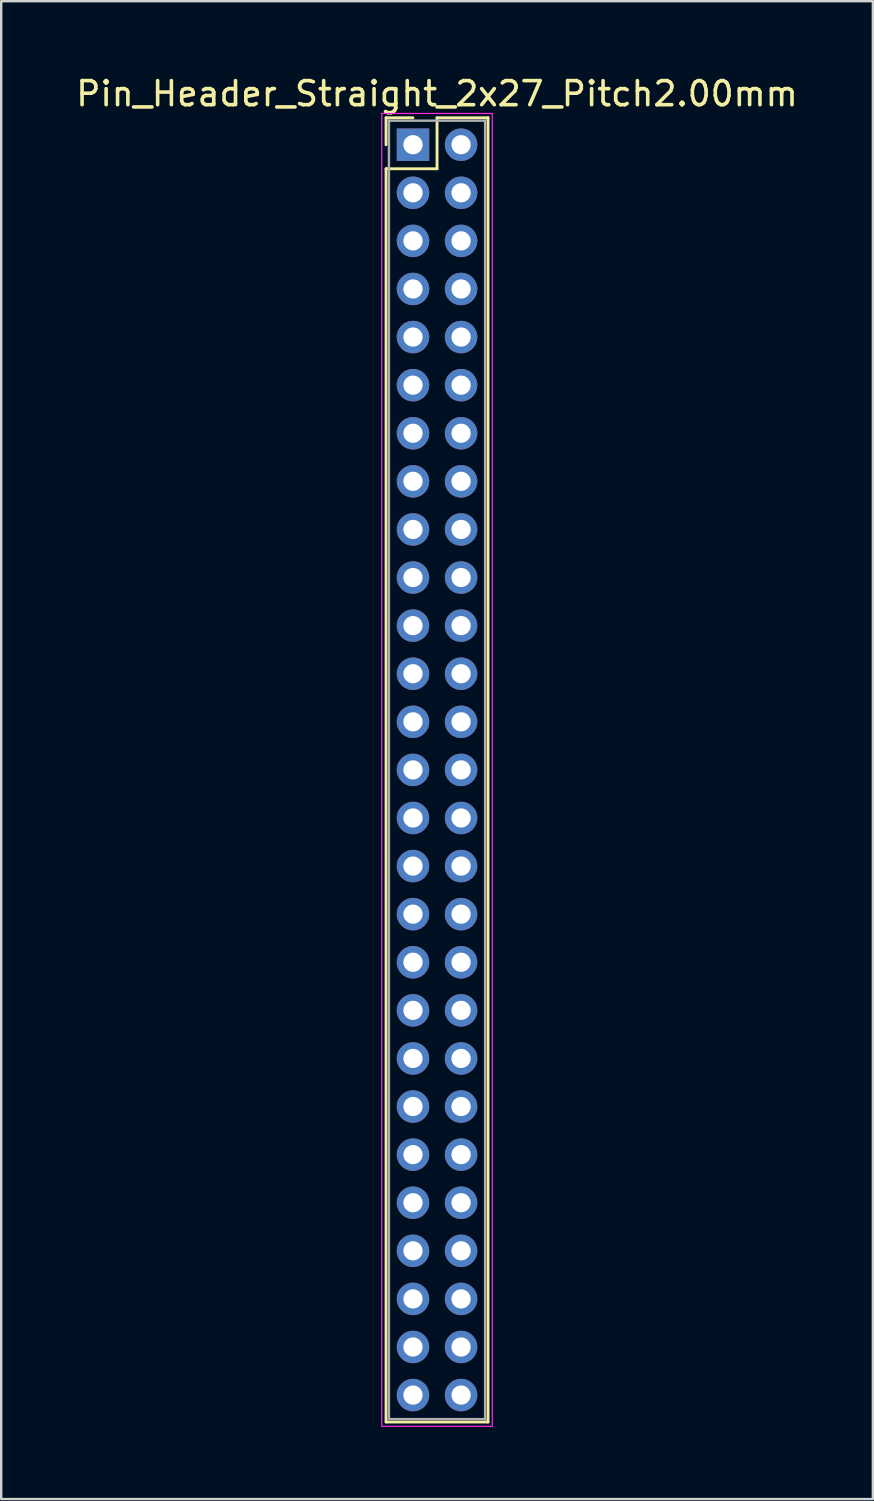
<source format=kicad_pcb>
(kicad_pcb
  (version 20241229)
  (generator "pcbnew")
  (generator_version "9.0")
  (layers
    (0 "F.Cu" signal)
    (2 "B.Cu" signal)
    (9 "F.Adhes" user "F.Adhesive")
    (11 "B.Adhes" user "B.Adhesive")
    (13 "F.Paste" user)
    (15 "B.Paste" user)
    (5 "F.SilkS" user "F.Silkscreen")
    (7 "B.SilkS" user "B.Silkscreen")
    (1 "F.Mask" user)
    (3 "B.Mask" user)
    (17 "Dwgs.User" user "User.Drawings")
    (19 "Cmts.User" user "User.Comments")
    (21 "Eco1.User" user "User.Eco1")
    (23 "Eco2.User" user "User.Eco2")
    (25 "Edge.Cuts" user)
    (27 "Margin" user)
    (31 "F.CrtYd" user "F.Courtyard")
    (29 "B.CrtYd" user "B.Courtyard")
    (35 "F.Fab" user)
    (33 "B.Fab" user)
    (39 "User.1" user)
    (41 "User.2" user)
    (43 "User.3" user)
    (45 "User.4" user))
  (footprint "Pin_Header_Straight_2x27_Pitch2.00mm"
    (layer "F.Cu")
    (at 14.125 2.968)
    (property "Reference" "Pin_Header_Straight_2x27_Pitch2.00mm" (at 1 -2.12 0) (layer "F.SilkS") (effects (font (size 1 1) (thickness 0.15))))
    (attr through_hole)
    (fp_line (start -1.12 -1.12) (end 0 -1.12) (stroke (width 0.12) (type solid)) (layer "F.SilkS"))
    (fp_line (start -1.12 0) (end -1.12 -1.12) (stroke (width 0.12) (type solid)) (layer "F.SilkS"))
    (fp_line (start -1.12 1) (end -1.12 53.12) (stroke (width 0.12) (type solid)) (layer "F.SilkS"))
    (fp_line (start -1.12 53.12) (end 3.12 53.12) (stroke (width 0.12) (type solid)) (layer "F.SilkS"))
    (fp_line (start 1 -1.12) (end 1 1) (stroke (width 0.12) (type solid)) (layer "F.SilkS"))
    (fp_line (start 1 1) (end -1.12 1) (stroke (width 0.12) (type solid)) (layer "F.SilkS"))
    (fp_line (start 3.12 -1.12) (end 1 -1.12) (stroke (width 0.12) (type solid)) (layer "F.SilkS"))
    (fp_line (start 3.12 53.12) (end 3.12 -1.12) (stroke (width 0.12) (type solid)) (layer "F.SilkS"))
    (fp_line (start -1.3 -1.3) (end -1.3 53.3) (stroke (width 0.05) (type solid)) (layer "F.CrtYd"))
    (fp_line (start -1.3 53.3) (end 3.3 53.3) (stroke (width 0.05) (type solid)) (layer "F.CrtYd"))
    (fp_line (start 3.3 -1.3) (end -1.3 -1.3) (stroke (width 0.05) (type solid)) (layer "F.CrtYd"))
    (fp_line (start 3.3 53.3) (end 3.3 -1.3) (stroke (width 0.05) (type solid)) (layer "F.CrtYd"))
    (fp_line (start -1 -1) (end -1 53) (stroke (width 0.1) (type solid)) (layer "F.Fab"))
    (fp_line (start -1 53) (end 3 53) (stroke (width 0.1) (type solid)) (layer "F.Fab"))
    (fp_line (start 3 -1) (end -1 -1) (stroke (width 0.1) (type solid)) (layer "F.Fab"))
    (fp_line (start 3 53) (end 3 -1) (stroke (width 0.1) (type solid)) (layer "F.Fab"))
    (pad "1" thru_hole rect (at 0 0) (size 1.35 1.35) (drill 0.8) (layers "*.Cu" "*.Mask"))
    (pad "2" thru_hole oval (at 2 0) (size 1.35 1.35) (drill 0.8) (layers "*.Cu" "*.Mask"))
    (pad "3" thru_hole oval (at 0 2) (size 1.35 1.35) (drill 0.8) (layers "*.Cu" "*.Mask"))
    (pad "4" thru_hole oval (at 2 2) (size 1.35 1.35) (drill 0.8) (layers "*.Cu" "*.Mask"))
    (pad "5" thru_hole oval (at 0 4) (size 1.35 1.35) (drill 0.8) (layers "*.Cu" "*.Mask"))
    (pad "6" thru_hole oval (at 2 4) (size 1.35 1.35) (drill 0.8) (layers "*.Cu" "*.Mask"))
    (pad "7" thru_hole oval (at 0 6) (size 1.35 1.35) (drill 0.8) (layers "*.Cu" "*.Mask"))
    (pad "8" thru_hole oval (at 2 6) (size 1.35 1.35) (drill 0.8) (layers "*.Cu" "*.Mask"))
    (pad "9" thru_hole oval (at 0 8) (size 1.35 1.35) (drill 0.8) (layers "*.Cu" "*.Mask"))
    (pad "10" thru_hole oval (at 2 8) (size 1.35 1.35) (drill 0.8) (layers "*.Cu" "*.Mask"))
    (pad "11" thru_hole oval (at 0 10) (size 1.35 1.35) (drill 0.8) (layers "*.Cu" "*.Mask"))
    (pad "12" thru_hole oval (at 2 10) (size 1.35 1.35) (drill 0.8) (layers "*.Cu" "*.Mask"))
    (pad "13" thru_hole oval (at 0 12) (size 1.35 1.35) (drill 0.8) (layers "*.Cu" "*.Mask"))
    (pad "14" thru_hole oval (at 2 12) (size 1.35 1.35) (drill 0.8) (layers "*.Cu" "*.Mask"))
    (pad "15" thru_hole oval (at 0 14) (size 1.35 1.35) (drill 0.8) (layers "*.Cu" "*.Mask"))
    (pad "16" thru_hole oval (at 2 14) (size 1.35 1.35) (drill 0.8) (layers "*.Cu" "*.Mask"))
    (pad "17" thru_hole oval (at 0 16) (size 1.35 1.35) (drill 0.8) (layers "*.Cu" "*.Mask"))
    (pad "18" thru_hole oval (at 2 16) (size 1.35 1.35) (drill 0.8) (layers "*.Cu" "*.Mask"))
    (pad "19" thru_hole oval (at 0 18) (size 1.35 1.35) (drill 0.8) (layers "*.Cu" "*.Mask"))
    (pad "20" thru_hole oval (at 2 18) (size 1.35 1.35) (drill 0.8) (layers "*.Cu" "*.Mask"))
    (pad "21" thru_hole oval (at 0 20) (size 1.35 1.35) (drill 0.8) (layers "*.Cu" "*.Mask"))
    (pad "22" thru_hole oval (at 2 20) (size 1.35 1.35) (drill 0.8) (layers "*.Cu" "*.Mask"))
    (pad "23" thru_hole oval (at 0 22) (size 1.35 1.35) (drill 0.8) (layers "*.Cu" "*.Mask"))
    (pad "24" thru_hole oval (at 2 22) (size 1.35 1.35) (drill 0.8) (layers "*.Cu" "*.Mask"))
    (pad "25" thru_hole oval (at 0 24) (size 1.35 1.35) (drill 0.8) (layers "*.Cu" "*.Mask"))
    (pad "26" thru_hole oval (at 2 24) (size 1.35 1.35) (drill 0.8) (layers "*.Cu" "*.Mask"))
    (pad "27" thru_hole oval (at 0 26) (size 1.35 1.35) (drill 0.8) (layers "*.Cu" "*.Mask"))
    (pad "28" thru_hole oval (at 2 26) (size 1.35 1.35) (drill 0.8) (layers "*.Cu" "*.Mask"))
    (pad "29" thru_hole oval (at 0 28) (size 1.35 1.35) (drill 0.8) (layers "*.Cu" "*.Mask"))
    (pad "30" thru_hole oval (at 2 28) (size 1.35 1.35) (drill 0.8) (layers "*.Cu" "*.Mask"))
    (pad "31" thru_hole oval (at 0 30) (size 1.35 1.35) (drill 0.8) (layers "*.Cu" "*.Mask"))
    (pad "32" thru_hole oval (at 2 30) (size 1.35 1.35) (drill 0.8) (layers "*.Cu" "*.Mask"))
    (pad "33" thru_hole oval (at 0 32) (size 1.35 1.35) (drill 0.8) (layers "*.Cu" "*.Mask"))
    (pad "34" thru_hole oval (at 2 32) (size 1.35 1.35) (drill 0.8) (layers "*.Cu" "*.Mask"))
    (pad "35" thru_hole oval (at 0 34) (size 1.35 1.35) (drill 0.8) (layers "*.Cu" "*.Mask"))
    (pad "36" thru_hole oval (at 2 34) (size 1.35 1.35) (drill 0.8) (layers "*.Cu" "*.Mask"))
    (pad "37" thru_hole oval (at 0 36) (size 1.35 1.35) (drill 0.8) (layers "*.Cu" "*.Mask"))
    (pad "38" thru_hole oval (at 2 36) (size 1.35 1.35) (drill 0.8) (layers "*.Cu" "*.Mask"))
    (pad "39" thru_hole oval (at 0 38) (size 1.35 1.35) (drill 0.8) (layers "*.Cu" "*.Mask"))
    (pad "40" thru_hole oval (at 2 38) (size 1.35 1.35) (drill 0.8) (layers "*.Cu" "*.Mask"))
    (pad "41" thru_hole oval (at 0 40) (size 1.35 1.35) (drill 0.8) (layers "*.Cu" "*.Mask"))
    (pad "42" thru_hole oval (at 2 40) (size 1.35 1.35) (drill 0.8) (layers "*.Cu" "*.Mask"))
    (pad "43" thru_hole oval (at 0 42) (size 1.35 1.35) (drill 0.8) (layers "*.Cu" "*.Mask"))
    (pad "44" thru_hole oval (at 2 42) (size 1.35 1.35) (drill 0.8) (layers "*.Cu" "*.Mask"))
    (pad "45" thru_hole oval (at 0 44) (size 1.35 1.35) (drill 0.8) (layers "*.Cu" "*.Mask"))
    (pad "46" thru_hole oval (at 2 44) (size 1.35 1.35) (drill 0.8) (layers "*.Cu" "*.Mask"))
    (pad "47" thru_hole oval (at 0 46) (size 1.35 1.35) (drill 0.8) (layers "*.Cu" "*.Mask"))
    (pad "48" thru_hole oval (at 2 46) (size 1.35 1.35) (drill 0.8) (layers "*.Cu" "*.Mask"))
    (pad "49" thru_hole oval (at 0 48) (size 1.35 1.35) (drill 0.8) (layers "*.Cu" "*.Mask"))
    (pad "50" thru_hole oval (at 2 48) (size 1.35 1.35) (drill 0.8) (layers "*.Cu" "*.Mask"))
    (pad "51" thru_hole oval (at 0 50) (size 1.35 1.35) (drill 0.8) (layers "*.Cu" "*.Mask"))
    (pad "52" thru_hole oval (at 2 50) (size 1.35 1.35) (drill 0.8) (layers "*.Cu" "*.Mask"))
    (pad "53" thru_hole oval (at 0 52) (size 1.35 1.35) (drill 0.8) (layers "*.Cu" "*.Mask"))
    (pad "54" thru_hole oval (at 2 52) (size 1.35 1.35) (drill 0.8) (layers "*.Cu" "*.Mask")))
  (gr_rect
    (start -3 -3)
    (end 33.25 59.293)
    (stroke (width 0.1) (type default))
    (fill no)
    (layer "Edge.Cuts")))
</source>
